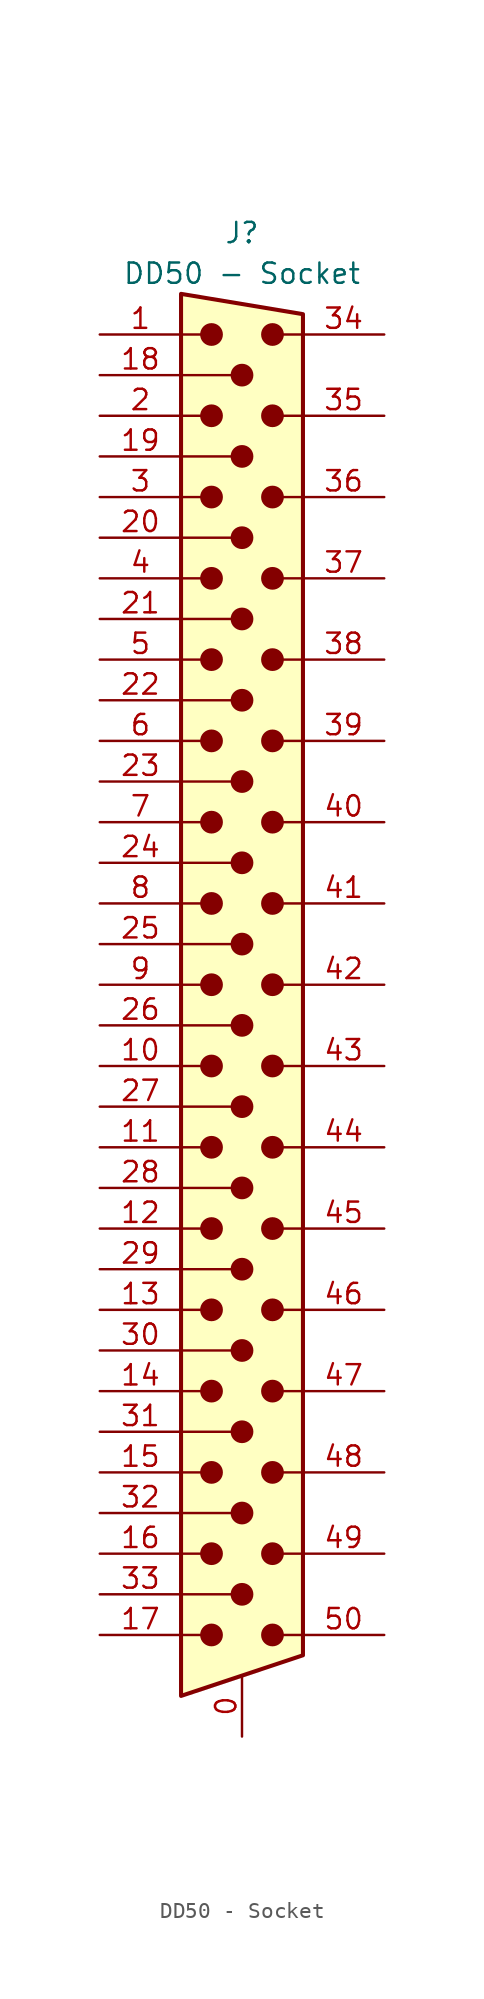
<source format=kicad_sym>
(kicad_symbol_lib
  (version 20211014)
  (generator kicad_symbol_editor)
  (symbol "DD50 - Socket"
    (pin_names
      (offset 1.016) hide)
    (property "Reference" "J"
      (at 0 46.99 0)
      (effects (font (size 1.27 1.27))))
    (property "Value" "DD50 - Socket"
      (at 0 44.45 0)
      (effects (font (size 1.27 1.27))))
    (symbol "DD50 - Socket_0_1"
      (circle (center -1.905 -40.64) (radius 0.635) (stroke (width 0) (type default) (color 0 0 0 0)) (fill (type outline)))
      (circle (center -1.905 -35.56) (radius 0.635) (stroke (width 0) (type default) (color 0 0 0 0)) (fill (type outline)))
      (circle (center -1.905 -30.48) (radius 0.635) (stroke (width 0) (type default) (color 0 0 0 0)) (fill (type outline)))
      (circle (center -1.905 -25.4) (radius 0.635) (stroke (width 0) (type default) (color 0 0 0 0)) (fill (type outline)))
      (circle (center -1.905 -20.32) (radius 0.635) (stroke (width 0) (type default) (color 0 0 0 0)) (fill (type outline)))
      (circle (center -1.905 -15.24) (radius 0.635) (stroke (width 0) (type default) (color 0 0 0 0)) (fill (type outline)))
      (circle (center -1.905 -10.16) (radius 0.635) (stroke (width 0) (type default) (color 0 0 0 0)) (fill (type outline)))
      (circle (center -1.905 -5.08) (radius 0.635) (stroke (width 0) (type default) (color 0 0 0 0)) (fill (type outline)))
      (circle (center -1.905 0) (radius 0.635) (stroke (width 0) (type default) (color 0 0 0 0)) (fill (type outline)))
      (circle (center -1.905 5.08) (radius 0.635) (stroke (width 0) (type default) (color 0 0 0 0)) (fill (type outline)))
      (circle (center -1.905 10.16) (radius 0.635) (stroke (width 0) (type default) (color 0 0 0 0)) (fill (type outline)))
      (circle (center -1.905 15.24) (radius 0.635) (stroke (width 0) (type default) (color 0 0 0 0)) (fill (type outline)))
      (circle (center -1.905 20.32) (radius 0.635) (stroke (width 0) (type default) (color 0 0 0 0)) (fill (type outline)))
      (circle (center -1.905 25.4) (radius 0.635) (stroke (width 0) (type default) (color 0 0 0 0)) (fill (type outline)))
      (circle (center -1.905 30.48) (radius 0.635) (stroke (width 0) (type default) (color 0 0 0 0)) (fill (type outline)))
      (circle (center -1.905 35.56) (radius 0.635) (stroke (width 0) (type default) (color 0 0 0 0)) (fill (type outline)))
      (circle (center -1.905 40.64) (radius 0.635) (stroke (width 0) (type default) (color 0 0 0 0)) (fill (type outline)))
      (circle (center 0 -38.1) (radius 0.635) (stroke (width 0) (type default) (color 0 0 0 0)) (fill (type outline)))
      (circle (center 0 -33.02) (radius 0.635) (stroke (width 0) (type default) (color 0 0 0 0)) (fill (type outline)))
      (circle (center 0 -27.94) (radius 0.635) (stroke (width 0) (type default) (color 0 0 0 0)) (fill (type outline)))
      (circle (center 0 -22.86) (radius 0.635) (stroke (width 0) (type default) (color 0 0 0 0)) (fill (type outline)))
      (circle (center 0 -17.78) (radius 0.635) (stroke (width 0) (type default) (color 0 0 0 0)) (fill (type outline)))
      (circle (center 0 -12.7) (radius 0.635) (stroke (width 0) (type default) (color 0 0 0 0)) (fill (type outline)))
      (circle (center 0 -7.62) (radius 0.635) (stroke (width 0) (type default) (color 0 0 0 0)) (fill (type outline)))
      (circle (center 0 -2.54) (radius 0.635) (stroke (width 0) (type default) (color 0 0 0 0)) (fill (type outline)))
      (polyline (pts (xy -2.54 -40.64) (xy -3.81 -40.64)) (stroke (width 0) (type default) (color 0 0 0 0)) (fill (type none)))
      (polyline (pts (xy -2.54 -35.56) (xy -3.81 -35.56)) (stroke (width 0) (type default) (color 0 0 0 0)) (fill (type none)))
      (polyline (pts (xy -2.54 -30.48) (xy -3.81 -30.48)) (stroke (width 0) (type default) (color 0 0 0 0)) (fill (type none)))
      (polyline (pts (xy -2.54 -25.4) (xy -3.81 -25.4)) (stroke (width 0) (type default) (color 0 0 0 0)) (fill (type none)))
      (polyline (pts (xy -2.54 -20.32) (xy -3.81 -20.32)) (stroke (width 0) (type default) (color 0 0 0 0)) (fill (type none)))
      (polyline (pts (xy -2.54 -15.24) (xy -3.81 -15.24)) (stroke (width 0) (type default) (color 0 0 0 0)) (fill (type none)))
      (polyline (pts (xy -2.54 -10.16) (xy -3.81 -10.16)) (stroke (width 0) (type default) (color 0 0 0 0)) (fill (type none)))
      (polyline (pts (xy -2.54 -5.08) (xy -3.81 -5.08)) (stroke (width 0) (type default) (color 0 0 0 0)) (fill (type none)))
      (polyline (pts (xy -2.54 0) (xy -3.81 0)) (stroke (width 0) (type default) (color 0 0 0 0)) (fill (type none)))
      (polyline (pts (xy -2.54 5.08) (xy -3.81 5.08)) (stroke (width 0) (type default) (color 0 0 0 0)) (fill (type none)))
      (polyline (pts (xy -2.54 10.16) (xy -3.81 10.16)) (stroke (width 0) (type default) (color 0 0 0 0)) (fill (type none)))
      (polyline (pts (xy -2.54 15.24) (xy -3.81 15.24)) (stroke (width 0) (type default) (color 0 0 0 0)) (fill (type none)))
      (polyline (pts (xy -2.54 20.32) (xy -3.81 20.32)) (stroke (width 0) (type default) (color 0 0 0 0)) (fill (type none)))
      (polyline (pts (xy -2.54 25.4) (xy -3.81 25.4)) (stroke (width 0) (type default) (color 0 0 0 0)) (fill (type none)))
      (polyline (pts (xy -2.54 30.48) (xy -3.81 30.48)) (stroke (width 0) (type default) (color 0 0 0 0)) (fill (type none)))
      (polyline (pts (xy -2.54 35.56) (xy -3.81 35.56)) (stroke (width 0) (type default) (color 0 0 0 0)) (fill (type none)))
      (polyline (pts (xy -2.54 40.64) (xy -3.81 40.64)) (stroke (width 0) (type default) (color 0 0 0 0)) (fill (type none)))
      (polyline (pts (xy 0 -38.1) (xy -3.81 -38.1)) (stroke (width 0) (type default) (color 0 0 0 0)) (fill (type none)))
      (polyline (pts (xy 0 -33.02) (xy -3.81 -33.02)) (stroke (width 0) (type default) (color 0 0 0 0)) (fill (type none)))
      (polyline (pts (xy 0 -27.94) (xy -3.81 -27.94)) (stroke (width 0) (type default) (color 0 0 0 0)) (fill (type none)))
      (polyline (pts (xy 0 -22.86) (xy -3.81 -22.86)) (stroke (width 0) (type default) (color 0 0 0 0)) (fill (type none)))
      (polyline (pts (xy 0 -17.78) (xy -3.81 -17.78)) (stroke (width 0) (type default) (color 0 0 0 0)) (fill (type none)))
      (polyline (pts (xy 0 -12.7) (xy -3.81 -12.7)) (stroke (width 0) (type default) (color 0 0 0 0)) (fill (type none)))
      (polyline (pts (xy 0 -7.62) (xy -3.81 -7.62)) (stroke (width 0) (type default) (color 0 0 0 0)) (fill (type none)))
      (polyline (pts (xy 0 -2.54) (xy -3.81 -2.54)) (stroke (width 0) (type default) (color 0 0 0 0)) (fill (type none)))
      (polyline (pts (xy 0 2.54) (xy -3.81 2.54)) (stroke (width 0) (type default) (color 0 0 0 0)) (fill (type none)))
      (polyline (pts (xy 0 7.62) (xy -3.81 7.62)) (stroke (width 0) (type default) (color 0 0 0 0)) (fill (type none)))
      (polyline (pts (xy 0 12.7) (xy -3.81 12.7)) (stroke (width 0) (type default) (color 0 0 0 0)) (fill (type none)))
      (polyline (pts (xy 0 17.78) (xy -3.81 17.78)) (stroke (width 0) (type default) (color 0 0 0 0)) (fill (type none)))
      (polyline (pts (xy 0 22.86) (xy -3.81 22.86)) (stroke (width 0) (type default) (color 0 0 0 0)) (fill (type none)))
      (polyline (pts (xy 0 27.94) (xy -3.81 27.94)) (stroke (width 0) (type default) (color 0 0 0 0)) (fill (type none)))
      (polyline (pts (xy 0 33.02) (xy -3.81 33.02)) (stroke (width 0) (type default) (color 0 0 0 0)) (fill (type none)))
      (polyline (pts (xy 0 38.1) (xy -3.81 38.1)) (stroke (width 0) (type default) (color 0 0 0 0)) (fill (type none)))
      (polyline (pts (xy 3.81 -40.64) (xy 2.54 -40.64)) (stroke (width 0) (type default) (color 0 0 0 0)) (fill (type none)))
      (polyline (pts (xy 3.81 -35.56) (xy 2.54 -35.56)) (stroke (width 0) (type default) (color 0 0 0 0)) (fill (type none)))
      (polyline (pts (xy 3.81 -30.48) (xy 2.54 -30.48)) (stroke (width 0) (type default) (color 0 0 0 0)) (fill (type none)))
      (polyline (pts (xy 3.81 -25.4) (xy 2.54 -25.4)) (stroke (width 0) (type default) (color 0 0 0 0)) (fill (type none)))
      (polyline (pts (xy 3.81 -20.32) (xy 2.54 -20.32)) (stroke (width 0) (type default) (color 0 0 0 0)) (fill (type none)))
      (polyline (pts (xy 3.81 -15.24) (xy 2.54 -15.24)) (stroke (width 0) (type default) (color 0 0 0 0)) (fill (type none)))
      (polyline (pts (xy 3.81 -10.16) (xy 2.54 -10.16)) (stroke (width 0) (type default) (color 0 0 0 0)) (fill (type none)))
      (polyline (pts (xy 3.81 -5.08) (xy 2.54 -5.08)) (stroke (width 0) (type default) (color 0 0 0 0)) (fill (type none)))
      (polyline (pts (xy 3.81 0) (xy 2.54 0)) (stroke (width 0) (type default) (color 0 0 0 0)) (fill (type none)))
      (polyline (pts (xy 3.81 5.08) (xy 2.54 5.08)) (stroke (width 0) (type default) (color 0 0 0 0)) (fill (type none)))
      (polyline (pts (xy 3.81 10.16) (xy 2.54 10.16)) (stroke (width 0) (type default) (color 0 0 0 0)) (fill (type none)))
      (polyline (pts (xy 3.81 15.24) (xy 2.54 15.24)) (stroke (width 0) (type default) (color 0 0 0 0)) (fill (type none)))
      (polyline (pts (xy 3.81 20.32) (xy 2.54 20.32)) (stroke (width 0) (type default) (color 0 0 0 0)) (fill (type none)))
      (polyline (pts (xy 3.81 25.4) (xy 2.54 25.4)) (stroke (width 0) (type default) (color 0 0 0 0)) (fill (type none)))
      (polyline (pts (xy 3.81 30.48) (xy 2.54 30.48)) (stroke (width 0) (type default) (color 0 0 0 0)) (fill (type none)))
      (polyline (pts (xy 3.81 35.56) (xy 2.54 35.56)) (stroke (width 0) (type default) (color 0 0 0 0)) (fill (type none)))
      (polyline (pts (xy 3.81 40.64) (xy 2.54 40.64)) (stroke (width 0) (type default) (color 0 0 0 0)) (fill (type none)))
      (polyline (pts (xy -3.81 43.18) (xy -3.81 -44.45) (xy 3.81 -41.91) (xy 3.81 41.91) (xy -3.81 43.18)) (stroke (width 0.254) (type default) (color 0 0 0 0)) (fill (type background)))
      (circle (center 0 2.54) (radius 0.635) (stroke (width 0) (type default) (color 0 0 0 0)) (fill (type outline)))
      (circle (center 0 7.62) (radius 0.635) (stroke (width 0) (type default) (color 0 0 0 0)) (fill (type outline)))
      (circle (center 0 12.7) (radius 0.635) (stroke (width 0) (type default) (color 0 0 0 0)) (fill (type outline)))
      (circle (center 0 17.78) (radius 0.635) (stroke (width 0) (type default) (color 0 0 0 0)) (fill (type outline)))
      (circle (center 0 22.86) (radius 0.635) (stroke (width 0) (type default) (color 0 0 0 0)) (fill (type outline)))
      (circle (center 0 27.94) (radius 0.635) (stroke (width 0) (type default) (color 0 0 0 0)) (fill (type outline)))
      (circle (center 0 33.02) (radius 0.635) (stroke (width 0) (type default) (color 0 0 0 0)) (fill (type outline)))
      (circle (center 0 38.1) (radius 0.635) (stroke (width 0) (type default) (color 0 0 0 0)) (fill (type outline)))
      (circle (center 1.905 -40.64) (radius 0.635) (stroke (width 0) (type default) (color 0 0 0 0)) (fill (type outline)))
      (circle (center 1.905 -35.56) (radius 0.635) (stroke (width 0) (type default) (color 0 0 0 0)) (fill (type outline)))
      (circle (center 1.905 -30.48) (radius 0.635) (stroke (width 0) (type default) (color 0 0 0 0)) (fill (type outline)))
      (circle (center 1.905 -25.4) (radius 0.635) (stroke (width 0) (type default) (color 0 0 0 0)) (fill (type outline)))
      (circle (center 1.905 -20.32) (radius 0.635) (stroke (width 0) (type default) (color 0 0 0 0)) (fill (type outline)))
      (circle (center 1.905 -15.24) (radius 0.635) (stroke (width 0) (type default) (color 0 0 0 0)) (fill (type outline)))
      (circle (center 1.905 -10.16) (radius 0.635) (stroke (width 0) (type default) (color 0 0 0 0)) (fill (type outline)))
      (circle (center 1.905 -5.08) (radius 0.635) (stroke (width 0) (type default) (color 0 0 0 0)) (fill (type outline)))
      (circle (center 1.905 0) (radius 0.635) (stroke (width 0) (type default) (color 0 0 0 0)) (fill (type outline)))
      (circle (center 1.905 5.08) (radius 0.635) (stroke (width 0) (type default) (color 0 0 0 0)) (fill (type outline)))
      (circle (center 1.905 10.16) (radius 0.635) (stroke (width 0) (type default) (color 0 0 0 0)) (fill (type outline)))
      (circle (center 1.905 15.24) (radius 0.635) (stroke (width 0) (type default) (color 0 0 0 0)) (fill (type outline)))
      (circle (center 1.905 20.32) (radius 0.635) (stroke (width 0) (type default) (color 0 0 0 0)) (fill (type outline)))
      (circle (center 1.905 25.4) (radius 0.635) (stroke (width 0) (type default) (color 0 0 0 0)) (fill (type outline)))
      (circle (center 1.905 30.48) (radius 0.635) (stroke (width 0) (type default) (color 0 0 0 0)) (fill (type outline)))
      (circle (center 1.905 35.56) (radius 0.635) (stroke (width 0) (type default) (color 0 0 0 0)) (fill (type outline)))
      (circle (center 1.905 40.64) (radius 0.635) (stroke (width 0) (type default) (color 0 0 0 0)) (fill (type outline))))
    (symbol "DD50 - Socket_1_1"
      (pin passive line (at 0 -46.99 90) (length 3.81) (name "0" (effects (font (size 1.27 1.27)))) (number "0" (effects (font (size 1.27 1.27)))))
      (pin passive line (at -8.89 40.64 0) (length 5.08) (name "1" (effects (font (size 1.27 1.27)))) (number "1" (effects (font (size 1.27 1.27)))))
      (pin passive line (at -8.89 -5.08 0) (length 5.08) (name "10" (effects (font (size 1.27 1.27)))) (number "10" (effects (font (size 1.27 1.27)))))
      (pin passive line (at -8.89 -10.16 0) (length 5.08) (name "11" (effects (font (size 1.27 1.27)))) (number "11" (effects (font (size 1.27 1.27)))))
      (pin passive line (at -8.89 -15.24 0) (length 5.08) (name "12" (effects (font (size 1.27 1.27)))) (number "12" (effects (font (size 1.27 1.27)))))
      (pin passive line (at -8.89 -20.32 0) (length 5.08) (name "13" (effects (font (size 1.27 1.27)))) (number "13" (effects (font (size 1.27 1.27)))))
      (pin passive line (at -8.89 -25.4 0) (length 5.08) (name "14" (effects (font (size 1.27 1.27)))) (number "14" (effects (font (size 1.27 1.27)))))
      (pin passive line (at -8.89 -30.48 0) (length 5.08) (name "15" (effects (font (size 1.27 1.27)))) (number "15" (effects (font (size 1.27 1.27)))))
      (pin passive line (at -8.89 -35.56 0) (length 5.08) (name "16" (effects (font (size 1.27 1.27)))) (number "16" (effects (font (size 1.27 1.27)))))
      (pin passive line (at -8.89 -40.64 0) (length 5.08) (name "17" (effects (font (size 1.27 1.27)))) (number "17" (effects (font (size 1.27 1.27)))))
      (pin passive line (at -8.89 38.1 0) (length 5.08) (name "18" (effects (font (size 1.27 1.27)))) (number "18" (effects (font (size 1.27 1.27)))))
      (pin passive line (at -8.89 33.02 0) (length 5.08) (name "19" (effects (font (size 1.27 1.27)))) (number "19" (effects (font (size 1.27 1.27)))))
      (pin passive line (at -8.89 35.56 0) (length 5.08) (name "2" (effects (font (size 1.27 1.27)))) (number "2" (effects (font (size 1.27 1.27)))))
      (pin passive line (at -8.89 27.94 0) (length 5.08) (name "20" (effects (font (size 1.27 1.27)))) (number "20" (effects (font (size 1.27 1.27)))))
      (pin passive line (at -8.89 22.86 0) (length 5.08) (name "21" (effects (font (size 1.27 1.27)))) (number "21" (effects (font (size 1.27 1.27)))))
      (pin passive line (at -8.89 17.78 0) (length 5.08) (name "22" (effects (font (size 1.27 1.27)))) (number "22" (effects (font (size 1.27 1.27)))))
      (pin passive line (at -8.89 12.7 0) (length 5.08) (name "23" (effects (font (size 1.27 1.27)))) (number "23" (effects (font (size 1.27 1.27)))))
      (pin passive line (at -8.89 7.62 0) (length 5.08) (name "24" (effects (font (size 1.27 1.27)))) (number "24" (effects (font (size 1.27 1.27)))))
      (pin passive line (at -8.89 2.54 0) (length 5.08) (name "25" (effects (font (size 1.27 1.27)))) (number "25" (effects (font (size 1.27 1.27)))))
      (pin passive line (at -8.89 -2.54 0) (length 5.08) (name "26" (effects (font (size 1.27 1.27)))) (number "26" (effects (font (size 1.27 1.27)))))
      (pin passive line (at -8.89 -7.62 0) (length 5.08) (name "27" (effects (font (size 1.27 1.27)))) (number "27" (effects (font (size 1.27 1.27)))))
      (pin passive line (at -8.89 -12.7 0) (length 5.08) (name "28" (effects (font (size 1.27 1.27)))) (number "28" (effects (font (size 1.27 1.27)))))
      (pin passive line (at -8.89 -17.78 0) (length 5.08) (name "29" (effects (font (size 1.27 1.27)))) (number "29" (effects (font (size 1.27 1.27)))))
      (pin passive line (at -8.89 30.48 0) (length 5.08) (name "3" (effects (font (size 1.27 1.27)))) (number "3" (effects (font (size 1.27 1.27)))))
      (pin passive line (at -8.89 -22.86 0) (length 5.08) (name "30" (effects (font (size 1.27 1.27)))) (number "30" (effects (font (size 1.27 1.27)))))
      (pin passive line (at -8.89 -27.94 0) (length 5.08) (name "31" (effects (font (size 1.27 1.27)))) (number "31" (effects (font (size 1.27 1.27)))))
      (pin passive line (at -8.89 -33.02 0) (length 5.08) (name "32" (effects (font (size 1.27 1.27)))) (number "32" (effects (font (size 1.27 1.27)))))
      (pin passive line (at -8.89 -38.1 0) (length 5.08) (name "33" (effects (font (size 1.27 1.27)))) (number "33" (effects (font (size 1.27 1.27)))))
      (pin passive line (at 8.89 40.64 180) (length 5.08) (name "34" (effects (font (size 1.27 1.27)))) (number "34" (effects (font (size 1.27 1.27)))))
      (pin passive line (at 8.89 35.56 180) (length 5.08) (name "35" (effects (font (size 1.27 1.27)))) (number "35" (effects (font (size 1.27 1.27)))))
      (pin passive line (at 8.89 30.48 180) (length 5.08) (name "36" (effects (font (size 1.27 1.27)))) (number "36" (effects (font (size 1.27 1.27)))))
      (pin passive line (at 8.89 25.4 180) (length 5.08) (name "37" (effects (font (size 1.27 1.27)))) (number "37" (effects (font (size 1.27 1.27)))))
      (pin passive line (at 8.89 20.32 180) (length 5.08) (name "38" (effects (font (size 1.27 1.27)))) (number "38" (effects (font (size 1.27 1.27)))))
      (pin passive line (at 8.89 15.24 180) (length 5.08) (name "39" (effects (font (size 1.27 1.27)))) (number "39" (effects (font (size 1.27 1.27)))))
      (pin passive line (at -8.89 25.4 0) (length 5.08) (name "4" (effects (font (size 1.27 1.27)))) (number "4" (effects (font (size 1.27 1.27)))))
      (pin passive line (at 8.89 10.16 180) (length 5.08) (name "40" (effects (font (size 1.27 1.27)))) (number "40" (effects (font (size 1.27 1.27)))))
      (pin passive line (at 8.89 5.08 180) (length 5.08) (name "41" (effects (font (size 1.27 1.27)))) (number "41" (effects (font (size 1.27 1.27)))))
      (pin passive line (at 8.89 0 180) (length 5.08) (name "42" (effects (font (size 1.27 1.27)))) (number "42" (effects (font (size 1.27 1.27)))))
      (pin passive line (at 8.89 -5.08 180) (length 5.08) (name "43" (effects (font (size 1.27 1.27)))) (number "43" (effects (font (size 1.27 1.27)))))
      (pin passive line (at 8.89 -10.16 180) (length 5.08) (name "44" (effects (font (size 1.27 1.27)))) (number "44" (effects (font (size 1.27 1.27)))))
      (pin passive line (at 8.89 -15.24 180) (length 5.08) (name "45" (effects (font (size 1.27 1.27)))) (number "45" (effects (font (size 1.27 1.27)))))
      (pin passive line (at 8.89 -20.32 180) (length 5.08) (name "46" (effects (font (size 1.27 1.27)))) (number "46" (effects (font (size 1.27 1.27)))))
      (pin passive line (at 8.89 -25.4 180) (length 5.08) (name "47" (effects (font (size 1.27 1.27)))) (number "47" (effects (font (size 1.27 1.27)))))
      (pin passive line (at 8.89 -30.48 180) (length 5.08) (name "48" (effects (font (size 1.27 1.27)))) (number "48" (effects (font (size 1.27 1.27)))))
      (pin passive line (at 8.89 -35.56 180) (length 5.08) (name "49" (effects (font (size 1.27 1.27)))) (number "49" (effects (font (size 1.27 1.27)))))
      (pin passive line (at -8.89 20.32 0) (length 5.08) (name "5" (effects (font (size 1.27 1.27)))) (number "5" (effects (font (size 1.27 1.27)))))
      (pin passive line (at 8.89 -40.64 180) (length 5.08) (name "50" (effects (font (size 1.27 1.27)))) (number "50" (effects (font (size 1.27 1.27)))))
      (pin passive line (at -8.89 15.24 0) (length 5.08) (name "6" (effects (font (size 1.27 1.27)))) (number "6" (effects (font (size 1.27 1.27)))))
      (pin passive line (at -8.89 10.16 0) (length 5.08) (name "7" (effects (font (size 1.27 1.27)))) (number "7" (effects (font (size 1.27 1.27)))))
      (pin passive line (at -8.89 5.08 0) (length 5.08) (name "8" (effects (font (size 1.27 1.27)))) (number "8" (effects (font (size 1.27 1.27)))))
      (pin passive line (at -8.89 0 0) (length 5.08) (name "9" (effects (font (size 1.27 1.27)))) (number "9" (effects (font (size 1.27 1.27))))))))
</source>
